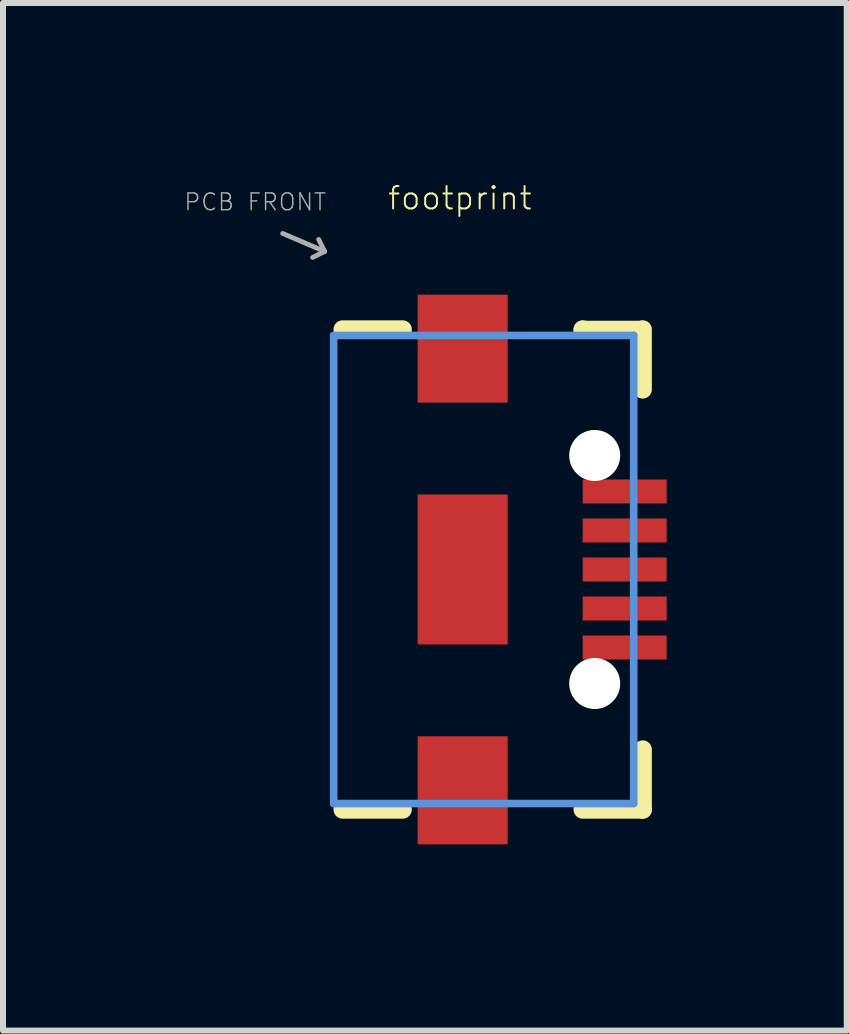
<source format=kicad_pcb>
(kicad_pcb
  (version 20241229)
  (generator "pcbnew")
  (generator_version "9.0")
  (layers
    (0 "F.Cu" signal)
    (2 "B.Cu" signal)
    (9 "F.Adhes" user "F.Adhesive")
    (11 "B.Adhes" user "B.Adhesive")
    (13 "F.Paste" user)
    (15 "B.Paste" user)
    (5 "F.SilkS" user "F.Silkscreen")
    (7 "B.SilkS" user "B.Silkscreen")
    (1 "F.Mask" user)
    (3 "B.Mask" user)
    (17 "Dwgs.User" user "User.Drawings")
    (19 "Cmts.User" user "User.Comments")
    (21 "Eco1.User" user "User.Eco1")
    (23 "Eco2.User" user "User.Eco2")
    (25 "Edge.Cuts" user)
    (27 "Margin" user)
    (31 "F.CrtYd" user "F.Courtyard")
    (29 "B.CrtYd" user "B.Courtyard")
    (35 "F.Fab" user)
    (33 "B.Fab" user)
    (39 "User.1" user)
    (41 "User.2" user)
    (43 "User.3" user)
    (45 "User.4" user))
  (footprint "footprint"
    (layer "F.Cu")
    (at 4.66 6.44)
    (property "Reference" "footprint" (at -1.27 -5.969 0) (layer "F.SilkS") (effects (font (size 0.374 0.374) (thickness 0.033)) (justify left bottom)))
    (fp_poly (pts (xy -0.85 -2.684) (xy 0.85 -2.684) (xy 0.85 -4.684) (xy -0.85 -4.684)) (stroke (width 0) (type solid)) (fill yes) (layer "F.Mask"))
    (fp_poly (pts (xy -0.85 1.35) (xy 0.85 1.35) (xy 0.85 -1.35) (xy -0.85 -1.35)) (stroke (width 0) (type solid)) (fill yes) (layer "F.Mask"))
    (fp_poly (pts (xy -0.85 4.684) (xy 0.85 4.684) (xy 0.85 2.684) (xy -0.85 2.684)) (stroke (width 0) (type solid)) (fill yes) (layer "F.Mask"))
    (fp_line (start -1 -4) (end -2 -4) (stroke (width 0.305) (type solid)) (layer "F.SilkS"))
    (fp_line (start -1 4) (end -2 4) (stroke (width 0.305) (type solid)) (layer "F.SilkS"))
    (fp_line (start 2 -3.993) (end 2 -4) (stroke (width 0.305) (type solid)) (layer "F.SilkS"))
    (fp_line (start 2 4) (end 3 4) (stroke (width 0.305) (type solid)) (layer "F.SilkS"))
    (fp_line (start 2.982 -3.993) (end 2 -3.993) (stroke (width 0.305) (type solid)) (layer "F.SilkS"))
    (fp_line (start 3 -4) (end 3 -3) (stroke (width 0.305) (type solid)) (layer "F.SilkS"))
    (fp_line (start 3 4) (end 3 3) (stroke (width 0.305) (type solid)) (layer "F.SilkS"))
    (fp_poly (pts (xy -0.75 -2.784) (xy 0.75 -2.784) (xy 0.75 -4.584) (xy -0.75 -4.584)) (stroke (width 0) (type solid)) (fill yes) (layer "F.Paste"))
    (fp_poly (pts (xy -0.75 4.584) (xy 0.75 4.584) (xy 0.75 2.784) (xy -0.75 2.784)) (stroke (width 0) (type solid)) (fill yes) (layer "F.Paste"))
    (fp_poly (pts (xy -0.35 0.75) (xy 0.35 0.75) (xy 0.35 -0.75) (xy -0.35 -0.75)) (stroke (width 0) (type solid)) (fill yes) (layer "F.Paste"))
    (fp_line (start -2.15 -3.9) (end -2.15 3.9) (stroke (width 0.127) (type solid)) (layer "Cmts.User"))
    (fp_line (start 2.85 -3.9) (end -2.15 -3.9) (stroke (width 0.127) (type solid)) (layer "Cmts.User"))
    (fp_line (start 2.85 -3.9) (end 2.85 3.9) (stroke (width 0.127) (type solid)) (layer "Cmts.User"))
    (fp_line (start 2.85 3.9) (end -2.15 3.9) (stroke (width 0.127) (type solid)) (layer "Cmts.User"))
    (fp_line (start -3 -5.6) (end -2.3 -5.3) (stroke (width 0.08) (type solid)) (layer "F.Fab"))
    (fp_line (start -2.3 -5.3) (end -2.5 -5.2) (stroke (width 0.08) (type solid)) (layer "F.Fab"))
    (fp_line (start -2.3 -5.3) (end -2.4 -5.5) (stroke (width 0.08) (type solid)) (layer "F.Fab"))
    (fp_text user "PCB FRONT" (at -4.66 -5.96 0) (layer "F.Fab") (effects (font (size 0.28 0.28) (thickness 0.024)) (justify left bottom)))
    (pad "" np_thru_hole circle (at 2.2 -1.9) (size 0.85 0.85) (drill 0.85) (layers "*.Cu" "*.Mask"))
    (pad "" np_thru_hole circle (at 2.2 1.9) (size 0.85 0.85) (drill 0.85) (layers "*.Cu" "*.Mask"))
    (pad "D+1" smd rect (at 2.7 0 90) (size 0.4 1.4) (layers "F.Cu" "F.Mask" "F.Paste"))
    (pad "D-1" smd rect (at 2.7 -0.65 90) (size 0.4 1.4) (layers "F.Cu" "F.Mask" "F.Paste"))
    (pad "GND1" smd rect (at 2.7 1.3 90) (size 0.4 1.4) (layers "F.Cu" "F.Mask" "F.Paste"))
    (pad "ID1" smd rect (at 2.7 0.65 90) (size 0.4 1.4) (layers "F.Cu" "F.Mask" "F.Paste"))
    (pad "SHLD1" smd rect (at 0 3.68) (size 1.5 1.8) (layers "F.Cu" "F.Mask" "F.Paste"))
    (pad "SHLD2" smd rect (at 0 -3.68) (size 1.5 1.8) (layers "F.Cu" "F.Mask" "F.Paste"))
    (pad "SHLD3" smd rect (at 0 0) (size 1.5 2.5) (layers "F.Cu" "F.Mask" "F.Paste"))
    (pad "VBUS1" smd rect (at 2.7 -1.3 90) (size 0.4 1.4) (layers "F.Cu" "F.Mask" "F.Paste")))
  (gr_rect
    (start -3 -3)
    (end 11.06 14.124)
    (stroke (width 0.1) (type default))
    (fill no)
    (layer "Edge.Cuts")))
</source>
